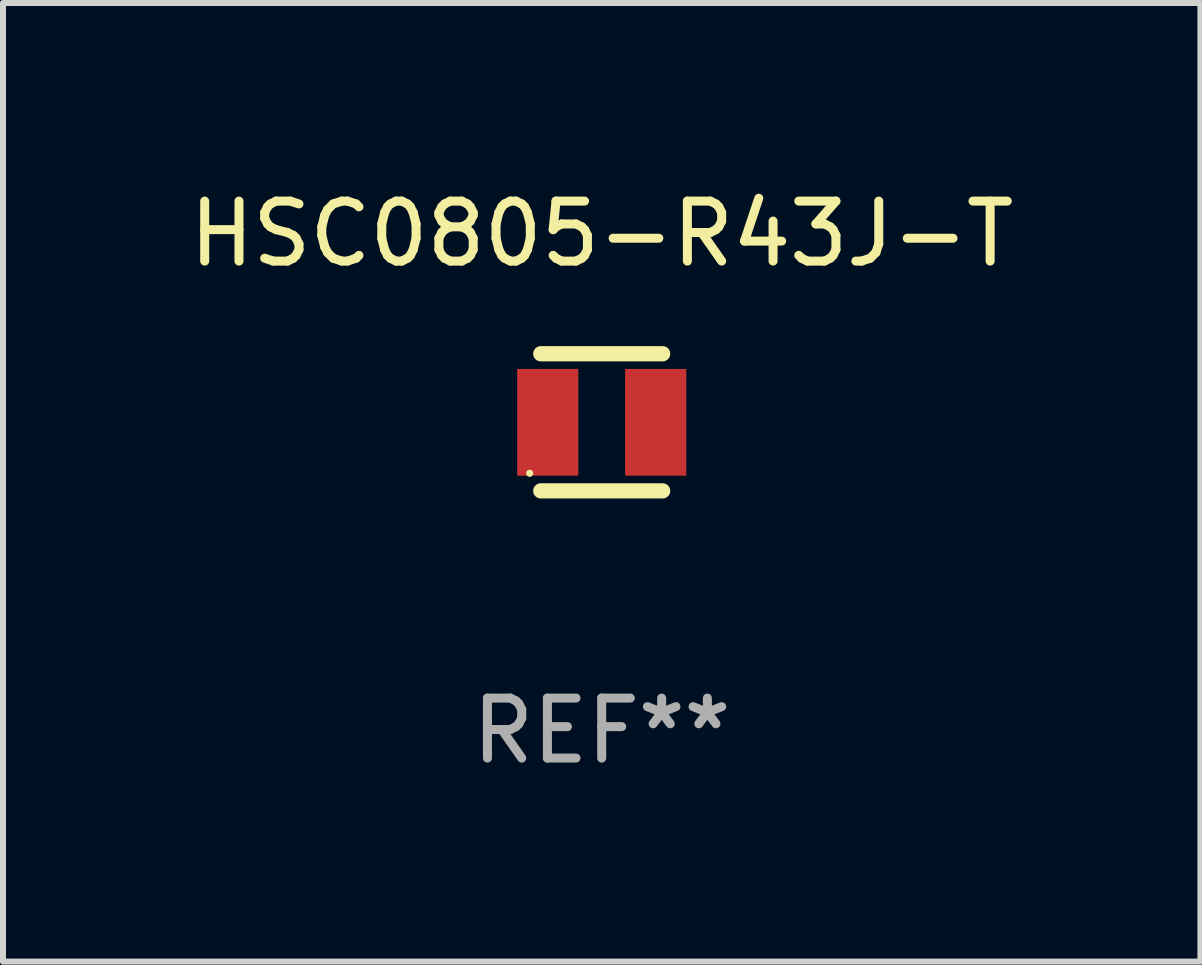
<source format=kicad_pcb>
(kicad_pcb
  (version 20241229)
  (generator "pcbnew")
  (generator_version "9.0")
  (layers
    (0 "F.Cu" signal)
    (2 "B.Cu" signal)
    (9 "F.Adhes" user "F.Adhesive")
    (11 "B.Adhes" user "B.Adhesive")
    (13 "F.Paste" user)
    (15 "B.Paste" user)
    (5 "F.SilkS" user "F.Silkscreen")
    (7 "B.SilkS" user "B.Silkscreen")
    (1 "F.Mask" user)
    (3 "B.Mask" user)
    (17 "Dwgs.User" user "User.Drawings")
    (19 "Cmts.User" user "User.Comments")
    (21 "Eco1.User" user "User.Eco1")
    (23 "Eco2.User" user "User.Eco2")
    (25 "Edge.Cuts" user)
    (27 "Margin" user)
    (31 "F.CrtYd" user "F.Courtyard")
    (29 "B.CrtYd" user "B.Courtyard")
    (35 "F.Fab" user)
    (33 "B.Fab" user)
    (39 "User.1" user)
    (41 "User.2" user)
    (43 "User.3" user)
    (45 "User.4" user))
  (footprint "HSC0805-R43J-T"
    (layer "F.Cu")
    (at 6.982 3.991)
    (property "Reference" "HSC0805-R43J-T" (at 0 -3.143 0) (layer "F.SilkS") (effects (font (size 1 1) (thickness 0.15))))
    (attr through_hole)
    (fp_line (start -1.016 -1.143) (end 1.016 -1.143) (stroke (width 0.254) (type solid)) (layer "F.SilkS"))
    (fp_line (start -1.016 1.143) (end 1.016 1.143) (stroke (width 0.254) (type solid)) (layer "F.SilkS"))
    (fp_circle (center -1.2 0.85) (end -1.17 0.85) (stroke (width 0.06) (type solid)) (fill no) (layer "F.SilkS"))
    (fp_text user "REF**" (at 0 5.143 0) (layer "F.Fab") (effects (font (size 1 1) (thickness 0.15))))
    (pad "1" smd rect (at -0.9 0) (size 1.02 1.78) (layers "F.Cu" "F.Mask" "F.Paste"))
    (pad "2" smd rect (at 0.9 0) (size 1.02 1.78) (layers "F.Cu" "F.Mask" "F.Paste")))
  (gr_rect
    (start -3 -3)
    (end 16.964 12.983)
    (stroke (width 0.1) (type default))
    (fill no)
    (layer "Edge.Cuts")))
</source>
